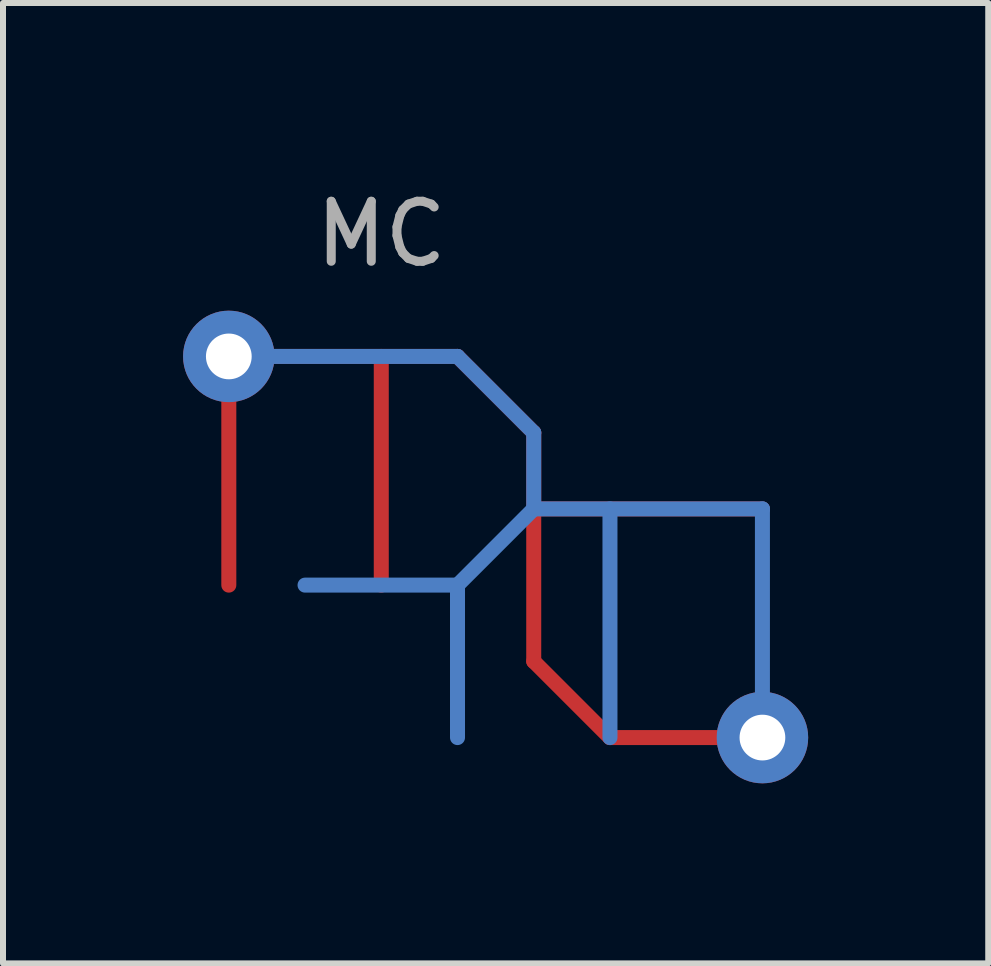
<source format=kicad_pcb>
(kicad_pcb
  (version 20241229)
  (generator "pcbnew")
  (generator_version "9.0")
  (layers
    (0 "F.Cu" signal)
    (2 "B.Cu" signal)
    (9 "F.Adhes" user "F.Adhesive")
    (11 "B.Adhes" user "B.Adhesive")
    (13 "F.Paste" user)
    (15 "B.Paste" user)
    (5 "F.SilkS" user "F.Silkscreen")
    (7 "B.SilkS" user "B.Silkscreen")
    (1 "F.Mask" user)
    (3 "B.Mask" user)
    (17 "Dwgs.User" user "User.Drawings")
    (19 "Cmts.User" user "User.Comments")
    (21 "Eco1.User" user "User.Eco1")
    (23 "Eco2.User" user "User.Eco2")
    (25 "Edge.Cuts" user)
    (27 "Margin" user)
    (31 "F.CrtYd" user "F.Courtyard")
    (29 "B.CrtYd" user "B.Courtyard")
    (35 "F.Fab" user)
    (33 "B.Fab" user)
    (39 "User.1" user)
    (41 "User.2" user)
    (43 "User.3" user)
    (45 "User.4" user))
  (footprint "MC"
    (layer "F.Cu")
    (at 5.842 5.428)
    (property "Reference" "MC" (at -2.54 -4.58 0) (layer "F.Fab") (effects (font (size 1 1) (thickness 0.15))))
    (attr through_hole)
    (fp_line (start -5.08 -2.54) (end -5.08 1.27) (stroke (width 0.25) (type solid)) (layer "F.Cu"))
    (fp_line (start -5.08 -2.54) (end -1.27 -2.54) (stroke (width 0.25) (type solid)) (layer "F.Cu"))
    (fp_line (start -2.54 -2.54) (end -2.54 1.27) (stroke (width 0.25) (type solid)) (layer "F.Cu"))
    (fp_line (start -1.27 -2.54) (end 0 -1.27) (stroke (width 0.25) (type solid)) (layer "F.Cu"))
    (fp_line (start 0 -1.27) (end 0 2.54) (stroke (width 0.25) (type solid)) (layer "F.Cu"))
    (fp_line (start 0 0) (end 3.81 0) (stroke (width 0.25) (type solid)) (layer "F.Cu"))
    (fp_line (start 0 2.54) (end 1.27 3.81) (stroke (width 0.25) (type solid)) (layer "F.Cu"))
    (fp_line (start 1.27 3.81) (end 3.81 3.81) (stroke (width 0.25) (type solid)) (layer "F.Cu"))
    (fp_line (start -1.27 -2.54) (end -5.08 -2.54) (stroke (width 0.25) (type solid)) (layer "B.Cu"))
    (fp_line (start -1.27 1.27) (end -3.81 1.27) (stroke (width 0.25) (type solid)) (layer "B.Cu"))
    (fp_line (start -1.27 1.27) (end -1.27 3.81) (stroke (width 0.25) (type solid)) (layer "B.Cu"))
    (fp_line (start 0 -1.27) (end -1.27 -2.54) (stroke (width 0.25) (type solid)) (layer "B.Cu"))
    (fp_line (start 0 0) (end -1.27 1.27) (stroke (width 0.25) (type solid)) (layer "B.Cu"))
    (fp_line (start 0 0) (end 0 -1.27) (stroke (width 0.25) (type solid)) (layer "B.Cu"))
    (fp_line (start 1.27 0) (end 1.27 3.81) (stroke (width 0.25) (type solid)) (layer "B.Cu"))
    (fp_line (start 3.81 0) (end 0 0) (stroke (width 0.25) (type solid)) (layer "B.Cu"))
    (fp_line (start 3.81 0) (end 3.81 3.81) (stroke (width 0.25) (type solid)) (layer "B.Cu"))
    (pad "1" thru_hole circle (at -5.08 -2.54) (size 1.524 1.524) (drill 0.762) (layers "*.Cu"))
    (pad "1" thru_hole circle (at 3.81 3.81) (size 1.524 1.524) (drill 0.762) (layers "*.Cu")))
  (gr_rect
    (start -3 -3)
    (end 13.414 13)
    (stroke (width 0.1) (type default))
    (fill no)
    (layer "Edge.Cuts")))
</source>
